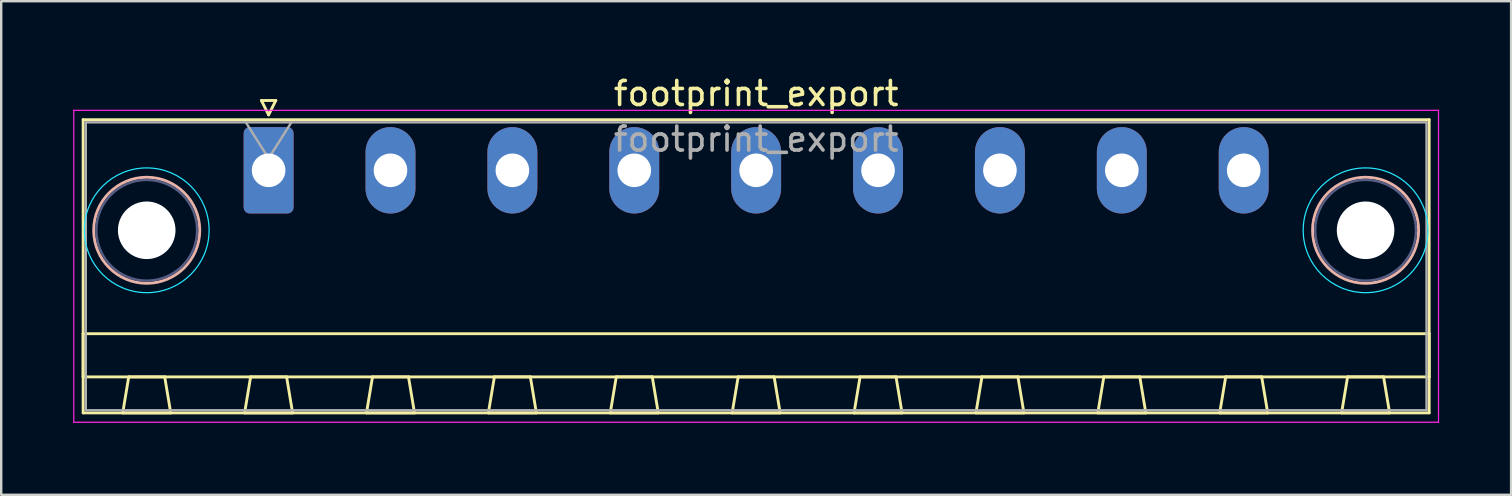
<source format=kicad_pcb>
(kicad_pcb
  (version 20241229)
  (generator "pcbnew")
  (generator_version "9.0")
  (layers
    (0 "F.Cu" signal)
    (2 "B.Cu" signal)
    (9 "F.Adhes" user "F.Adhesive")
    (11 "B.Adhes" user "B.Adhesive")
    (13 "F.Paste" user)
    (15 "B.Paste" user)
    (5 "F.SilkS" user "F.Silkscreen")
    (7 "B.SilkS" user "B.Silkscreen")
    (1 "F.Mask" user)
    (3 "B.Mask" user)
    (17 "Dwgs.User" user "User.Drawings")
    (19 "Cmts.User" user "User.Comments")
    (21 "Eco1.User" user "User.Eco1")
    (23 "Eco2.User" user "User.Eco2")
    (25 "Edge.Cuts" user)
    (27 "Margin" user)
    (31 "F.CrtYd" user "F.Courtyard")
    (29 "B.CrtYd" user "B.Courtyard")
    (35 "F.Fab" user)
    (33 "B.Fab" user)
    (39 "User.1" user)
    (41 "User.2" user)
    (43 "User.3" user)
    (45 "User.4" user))
  (footprint "footprint_export"
    (layer "F.Cu")
    (at 8.145 4.048)
    (property "Reference" "footprint_export" (at 20.32 -3.2 0) (layer "F.SilkS") (effects (font (size 1 1) (thickness 0.15))))
    (attr through_hole)
    (fp_line (start -7.73 -2.11) (end -7.73 10.11) (stroke (width 0.12) (type solid)) (layer "F.SilkS"))
    (fp_line (start -7.73 6.81) (end 48.37 6.81) (stroke (width 0.12) (type solid)) (layer "F.SilkS"))
    (fp_line (start -7.73 8.61) (end -7.73 6.81) (stroke (width 0.12) (type solid)) (layer "F.SilkS"))
    (fp_line (start -7.73 10.11) (end 48.37 10.11) (stroke (width 0.12) (type solid)) (layer "F.SilkS"))
    (fp_line (start -6.08 10.11) (end -4.08 10.11) (stroke (width 0.12) (type solid)) (layer "F.SilkS"))
    (fp_line (start -5.83 8.61) (end -6.08 10.11) (stroke (width 0.12) (type solid)) (layer "F.SilkS"))
    (fp_line (start -4.33 8.61) (end -5.83 8.61) (stroke (width 0.12) (type solid)) (layer "F.SilkS"))
    (fp_line (start -4.08 10.11) (end -4.33 8.61) (stroke (width 0.12) (type solid)) (layer "F.SilkS"))
    (fp_line (start -1 10.11) (end 1 10.11) (stroke (width 0.12) (type solid)) (layer "F.SilkS"))
    (fp_line (start -0.75 8.61) (end -1 10.11) (stroke (width 0.12) (type solid)) (layer "F.SilkS"))
    (fp_line (start -0.3 -2.91) (end 0.3 -2.91) (stroke (width 0.12) (type solid)) (layer "F.SilkS"))
    (fp_line (start 0 -2.31) (end -0.3 -2.91) (stroke (width 0.12) (type solid)) (layer "F.SilkS"))
    (fp_line (start 0.3 -2.91) (end 0 -2.31) (stroke (width 0.12) (type solid)) (layer "F.SilkS"))
    (fp_line (start 0.75 8.61) (end -0.75 8.61) (stroke (width 0.12) (type solid)) (layer "F.SilkS"))
    (fp_line (start 1 10.11) (end 0.75 8.61) (stroke (width 0.12) (type solid)) (layer "F.SilkS"))
    (fp_line (start 4.08 10.11) (end 6.08 10.11) (stroke (width 0.12) (type solid)) (layer "F.SilkS"))
    (fp_line (start 4.33 8.61) (end 4.08 10.11) (stroke (width 0.12) (type solid)) (layer "F.SilkS"))
    (fp_line (start 5.83 8.61) (end 4.33 8.61) (stroke (width 0.12) (type solid)) (layer "F.SilkS"))
    (fp_line (start 6.08 10.11) (end 5.83 8.61) (stroke (width 0.12) (type solid)) (layer "F.SilkS"))
    (fp_line (start 9.16 10.11) (end 11.16 10.11) (stroke (width 0.12) (type solid)) (layer "F.SilkS"))
    (fp_line (start 9.41 8.61) (end 9.16 10.11) (stroke (width 0.12) (type solid)) (layer "F.SilkS"))
    (fp_line (start 10.91 8.61) (end 9.41 8.61) (stroke (width 0.12) (type solid)) (layer "F.SilkS"))
    (fp_line (start 11.16 10.11) (end 10.91 8.61) (stroke (width 0.12) (type solid)) (layer "F.SilkS"))
    (fp_line (start 14.24 10.11) (end 16.24 10.11) (stroke (width 0.12) (type solid)) (layer "F.SilkS"))
    (fp_line (start 14.49 8.61) (end 14.24 10.11) (stroke (width 0.12) (type solid)) (layer "F.SilkS"))
    (fp_line (start 15.99 8.61) (end 14.49 8.61) (stroke (width 0.12) (type solid)) (layer "F.SilkS"))
    (fp_line (start 16.24 10.11) (end 15.99 8.61) (stroke (width 0.12) (type solid)) (layer "F.SilkS"))
    (fp_line (start 19.32 10.11) (end 21.32 10.11) (stroke (width 0.12) (type solid)) (layer "F.SilkS"))
    (fp_line (start 19.57 8.61) (end 19.32 10.11) (stroke (width 0.12) (type solid)) (layer "F.SilkS"))
    (fp_line (start 21.07 8.61) (end 19.57 8.61) (stroke (width 0.12) (type solid)) (layer "F.SilkS"))
    (fp_line (start 21.32 10.11) (end 21.07 8.61) (stroke (width 0.12) (type solid)) (layer "F.SilkS"))
    (fp_line (start 24.4 10.11) (end 26.4 10.11) (stroke (width 0.12) (type solid)) (layer "F.SilkS"))
    (fp_line (start 24.65 8.61) (end 24.4 10.11) (stroke (width 0.12) (type solid)) (layer "F.SilkS"))
    (fp_line (start 26.15 8.61) (end 24.65 8.61) (stroke (width 0.12) (type solid)) (layer "F.SilkS"))
    (fp_line (start 26.4 10.11) (end 26.15 8.61) (stroke (width 0.12) (type solid)) (layer "F.SilkS"))
    (fp_line (start 29.48 10.11) (end 31.48 10.11) (stroke (width 0.12) (type solid)) (layer "F.SilkS"))
    (fp_line (start 29.73 8.61) (end 29.48 10.11) (stroke (width 0.12) (type solid)) (layer "F.SilkS"))
    (fp_line (start 31.23 8.61) (end 29.73 8.61) (stroke (width 0.12) (type solid)) (layer "F.SilkS"))
    (fp_line (start 31.48 10.11) (end 31.23 8.61) (stroke (width 0.12) (type solid)) (layer "F.SilkS"))
    (fp_line (start 34.56 10.11) (end 36.56 10.11) (stroke (width 0.12) (type solid)) (layer "F.SilkS"))
    (fp_line (start 34.81 8.61) (end 34.56 10.11) (stroke (width 0.12) (type solid)) (layer "F.SilkS"))
    (fp_line (start 36.31 8.61) (end 34.81 8.61) (stroke (width 0.12) (type solid)) (layer "F.SilkS"))
    (fp_line (start 36.56 10.11) (end 36.31 8.61) (stroke (width 0.12) (type solid)) (layer "F.SilkS"))
    (fp_line (start 39.64 10.11) (end 41.64 10.11) (stroke (width 0.12) (type solid)) (layer "F.SilkS"))
    (fp_line (start 39.89 8.61) (end 39.64 10.11) (stroke (width 0.12) (type solid)) (layer "F.SilkS"))
    (fp_line (start 41.39 8.61) (end 39.89 8.61) (stroke (width 0.12) (type solid)) (layer "F.SilkS"))
    (fp_line (start 41.64 10.11) (end 41.39 8.61) (stroke (width 0.12) (type solid)) (layer "F.SilkS"))
    (fp_line (start 44.72 10.11) (end 46.72 10.11) (stroke (width 0.12) (type solid)) (layer "F.SilkS"))
    (fp_line (start 44.97 8.61) (end 44.72 10.11) (stroke (width 0.12) (type solid)) (layer "F.SilkS"))
    (fp_line (start 46.47 8.61) (end 44.97 8.61) (stroke (width 0.12) (type solid)) (layer "F.SilkS"))
    (fp_line (start 46.72 10.11) (end 46.47 8.61) (stroke (width 0.12) (type solid)) (layer "F.SilkS"))
    (fp_line (start 48.37 -2.11) (end -7.73 -2.11) (stroke (width 0.12) (type solid)) (layer "F.SilkS"))
    (fp_line (start 48.37 6.81) (end 48.37 8.61) (stroke (width 0.12) (type solid)) (layer "F.SilkS"))
    (fp_line (start 48.37 8.61) (end -7.73 8.61) (stroke (width 0.12) (type solid)) (layer "F.SilkS"))
    (fp_line (start 48.37 10.11) (end 48.37 -2.11) (stroke (width 0.12) (type solid)) (layer "F.SilkS"))
    (fp_circle (center -5.08 2.5) (end -2.87 2.5) (stroke (width 0.12) (type solid)) (fill no) (layer "B.SilkS"))
    (fp_circle (center 45.72 2.5) (end 47.93 2.5) (stroke (width 0.12) (type solid)) (fill no) (layer "B.SilkS"))
    (fp_circle (center -5.08 2.5) (end -2.48 2.5) (stroke (width 0.05) (type solid)) (fill no) (layer "B.CrtYd"))
    (fp_circle (center 45.72 2.5) (end 48.32 2.5) (stroke (width 0.05) (type solid)) (fill no) (layer "B.CrtYd"))
    (fp_line (start -8.12 -2.5) (end -8.12 10.5) (stroke (width 0.05) (type solid)) (layer "F.CrtYd"))
    (fp_line (start -8.12 10.5) (end 48.76 10.5) (stroke (width 0.05) (type solid)) (layer "F.CrtYd"))
    (fp_line (start 48.76 -2.5) (end -8.12 -2.5) (stroke (width 0.05) (type solid)) (layer "F.CrtYd"))
    (fp_line (start 48.76 10.5) (end 48.76 -2.5) (stroke (width 0.05) (type solid)) (layer "F.CrtYd"))
    (fp_circle (center -5.08 2.5) (end -2.98 2.5) (stroke (width 0.1) (type solid)) (fill no) (layer "B.Fab"))
    (fp_circle (center 45.72 2.5) (end 47.82 2.5) (stroke (width 0.1) (type solid)) (fill no) (layer "B.Fab"))
    (fp_line (start -7.62 -2) (end -7.62 10) (stroke (width 0.1) (type solid)) (layer "F.Fab"))
    (fp_line (start -7.62 10) (end 48.26 10) (stroke (width 0.1) (type solid)) (layer "F.Fab"))
    (fp_line (start 0 -0.5) (end -0.95 -2) (stroke (width 0.1) (type solid)) (layer "F.Fab"))
    (fp_line (start 0.95 -2) (end 0 -0.5) (stroke (width 0.1) (type solid)) (layer "F.Fab"))
    (fp_line (start 48.26 -2) (end -7.62 -2) (stroke (width 0.1) (type solid)) (layer "F.Fab"))
    (fp_line (start 48.26 10) (end 48.26 -2) (stroke (width 0.1) (type solid)) (layer "F.Fab"))
    (fp_text user "${REFERENCE}" (at 20.32 -1.3 0) (layer "F.Fab") (effects (font (size 1 1) (thickness 0.15))))
    (pad "" np_thru_hole circle (at -5.08 2.5) (size 2.4 2.4) (drill 2.4) (layers "*.Cu" "*.Mask"))
    (pad "" np_thru_hole circle (at 45.72 2.5) (size 2.4 2.4) (drill 2.4) (layers "*.Cu" "*.Mask"))
    (pad "1" thru_hole roundrect (at 0 0) (size 2.08 3.6) (drill 1.4) (layers "*.Cu" "*.Mask") (roundrect_rratio 0.12))
    (pad "2" thru_hole oval (at 5.08 0) (size 2.08 3.6) (drill 1.4) (layers "*.Cu" "*.Mask"))
    (pad "3" thru_hole oval (at 10.16 0) (size 2.08 3.6) (drill 1.4) (layers "*.Cu" "*.Mask"))
    (pad "4" thru_hole oval (at 15.24 0) (size 2.08 3.6) (drill 1.4) (layers "*.Cu" "*.Mask"))
    (pad "5" thru_hole oval (at 20.32 0) (size 2.08 3.6) (drill 1.4) (layers "*.Cu" "*.Mask"))
    (pad "6" thru_hole oval (at 25.4 0) (size 2.08 3.6) (drill 1.4) (layers "*.Cu" "*.Mask"))
    (pad "7" thru_hole oval (at 30.48 0) (size 2.08 3.6) (drill 1.4) (layers "*.Cu" "*.Mask"))
    (pad "8" thru_hole oval (at 35.56 0) (size 2.08 3.6) (drill 1.4) (layers "*.Cu" "*.Mask"))
    (pad "9" thru_hole oval (at 40.64 0) (size 2.08 3.6) (drill 1.4) (layers "*.Cu" "*.Mask")))
  (gr_rect
    (start -3 -3)
    (end 59.93 17.573)
    (stroke (width 0.1) (type default))
    (fill no)
    (layer "Edge.Cuts")))
</source>
